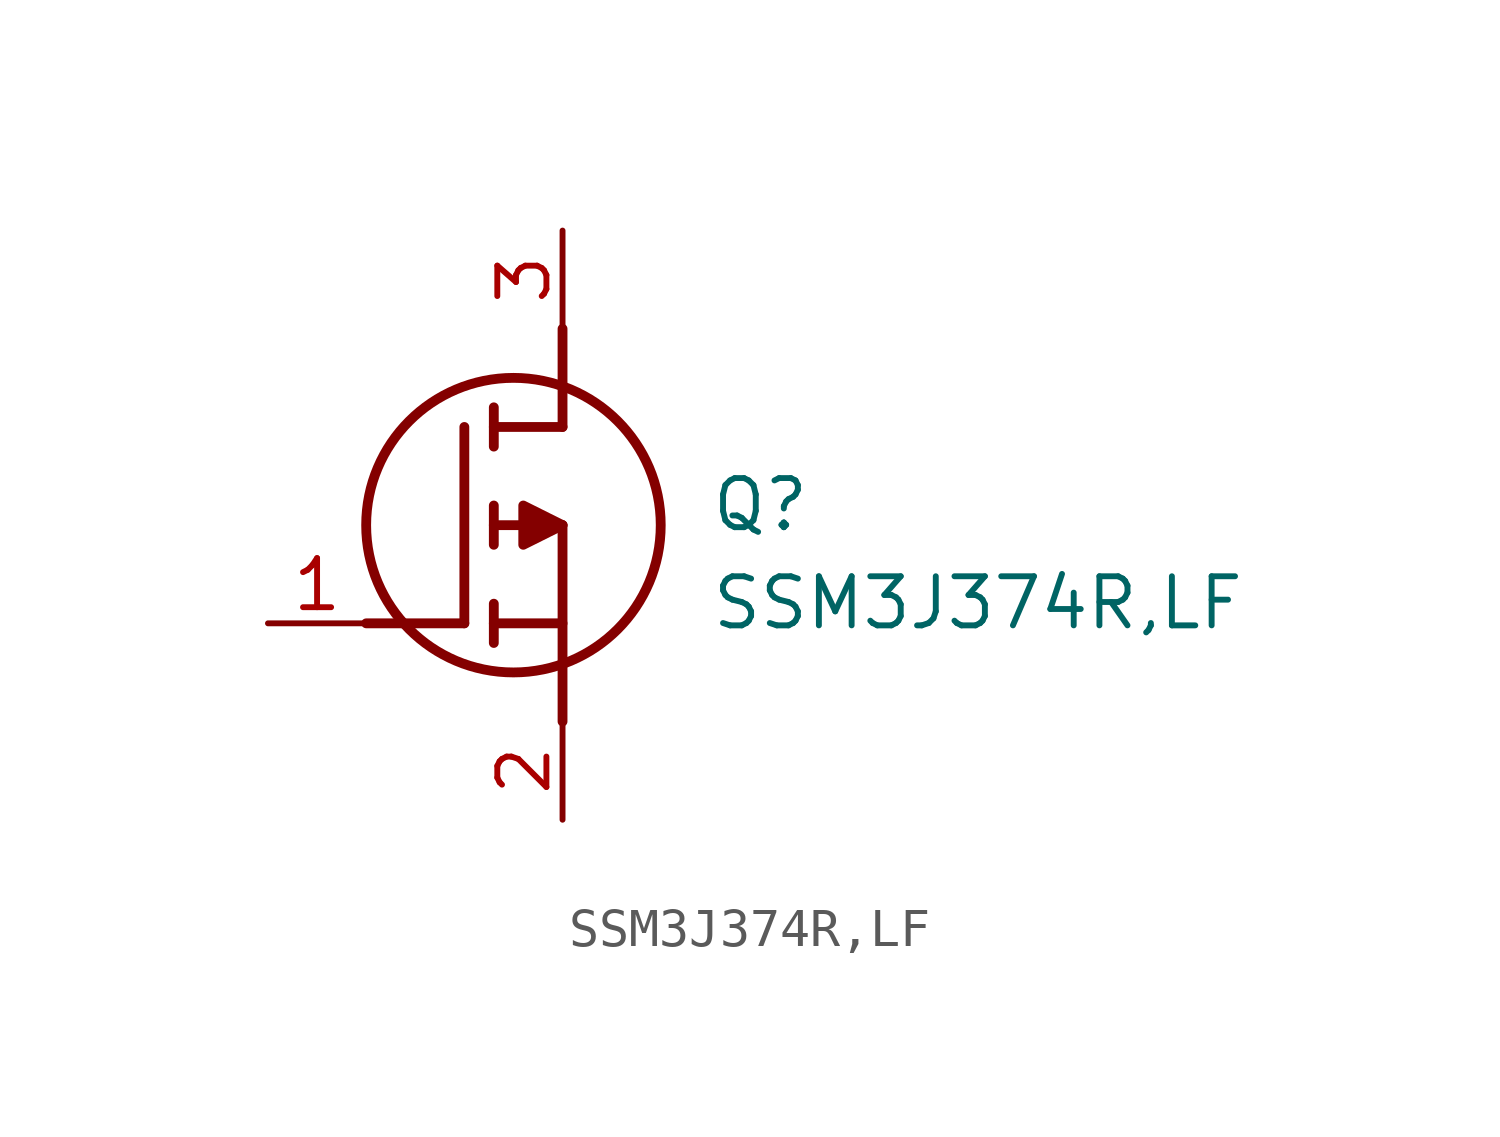
<source format=kicad_sym>
(kicad_symbol_lib
  (version 20211014)
  (generator SamacSys_ECAD_Model)
  (symbol "SSM3J374R,LF"
    (pin_names hide)
    (property "Reference" "Q"
      (at 11.43 3.81 0)
      (effects (font (size 1.27 1.27)) (justify left top)))
    (property "Value" "SSM3J374R,LF"
      (at 11.43 1.27 0)
      (effects (font (size 1.27 1.27)) (justify left top)))
    (polyline
      (pts (xy 7.62 2.54) (xy 7.62 -2.54))
      (stroke (width 0.254) (type default))
      (fill (type none)))
    (polyline
      (pts (xy 7.62 5.08) (xy 7.62 7.62))
      (stroke (width 0.254) (type default))
      (fill (type none)))
    (polyline
      (pts (xy 2.54 0) (xy 5.08 0))
      (stroke (width 0.254) (type default))
      (fill (type none)))
    (polyline
      (pts (xy 5.08 5.08) (xy 5.08 0))
      (stroke (width 0.254) (type default))
      (fill (type none)))
    (polyline
      (pts (xy 7.62 2.54) (xy 5.842 2.54))
      (stroke (width 0.254) (type default))
      (fill (type none)))
    (polyline
      (pts (xy 7.62 5.08) (xy 5.842 5.08))
      (stroke (width 0.254) (type default))
      (fill (type none)))
    (polyline
      (pts (xy 5.842 0) (xy 7.62 0))
      (stroke (width 0.254) (type default))
      (fill (type none)))
    (polyline
      (pts (xy 5.842 5.588) (xy 5.842 4.572))
      (stroke (width 0.254) (type default))
      (fill (type none)))
    (polyline
      (pts (xy 5.842 -0.508) (xy 5.842 0.508))
      (stroke (width 0.254) (type default))
      (fill (type none)))
    (polyline
      (pts (xy 5.842 2.032) (xy 5.842 3.048))
      (stroke (width 0.254) (type default))
      (fill (type none)))
    (circle
      (center 6.35 2.54)
      (radius 3.81)
      (stroke (width 0.254) (type default))
      (fill (type none)))
    (polyline
      (pts (xy 7.62 2.54) (xy 6.604 3.048) (xy 6.604 2.032) (xy 7.62 2.54))
      (stroke (width 0.254) (type default))
      (fill (type outline)))
    (pin passive line
      (at 0 0 0)
      (length 2.54)
      (name "G" (effects (font (size 1.27 1.27))))
      (number "1" (effects (font (size 1.27 1.27)))))
    (pin passive line
      (at 7.62 10.16 270)
      (length 2.54)
      (name "D" (effects (font (size 1.27 1.27))))
      (number "3" (effects (font (size 1.27 1.27)))))
    (pin passive line
      (at 7.62 -5.08 90)
      (length 2.54)
      (name "S" (effects (font (size 1.27 1.27))))
      (number "2" (effects (font (size 1.27 1.27)))))))
</source>
